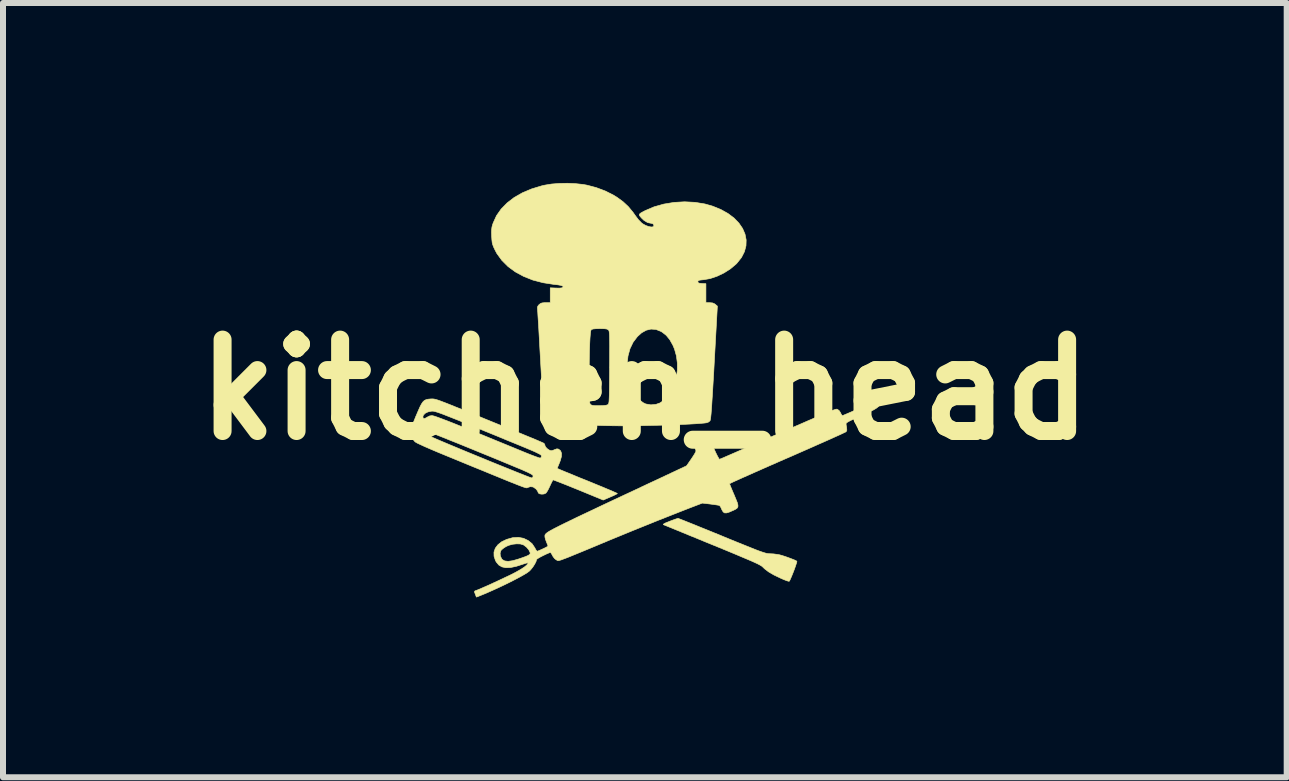
<source format=kicad_pcb>
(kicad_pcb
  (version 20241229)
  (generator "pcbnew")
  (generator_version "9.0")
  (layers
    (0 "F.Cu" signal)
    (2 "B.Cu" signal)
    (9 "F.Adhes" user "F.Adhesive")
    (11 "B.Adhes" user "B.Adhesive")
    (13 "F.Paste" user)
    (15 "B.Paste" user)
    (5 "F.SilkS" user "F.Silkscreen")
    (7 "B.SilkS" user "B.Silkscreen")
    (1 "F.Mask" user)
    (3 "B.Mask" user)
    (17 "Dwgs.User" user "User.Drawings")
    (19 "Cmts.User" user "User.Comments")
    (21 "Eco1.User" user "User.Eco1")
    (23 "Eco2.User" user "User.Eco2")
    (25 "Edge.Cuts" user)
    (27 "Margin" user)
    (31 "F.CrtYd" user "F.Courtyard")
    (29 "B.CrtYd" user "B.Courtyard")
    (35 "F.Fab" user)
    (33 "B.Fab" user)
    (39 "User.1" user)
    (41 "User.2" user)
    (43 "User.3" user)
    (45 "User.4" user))
  (footprint "kitchen_head"
    (layer "F.Cu")
    (at 7.7 3.446)
    (property "Reference" "kitchen_head" (at 0 0 0) (layer "F.SilkS") (effects (font (size 1.524 1.524) (thickness 0.3))))
    (attr through_hole)
    (fp_poly (pts (xy 0.567 2.15) (xy 0.603 2.164) (xy 0.657 2.185) (xy 0.729 2.214) (xy 0.817 2.249) (xy 0.917 2.29) (xy 1.029 2.335) (xy 1.149 2.384) (xy 1.277 2.436) (xy 1.286 2.44) (xy 1.434 2.501) (xy 1.562 2.553) (xy 1.669 2.596) (xy 1.759 2.632) (xy 1.833 2.662) (xy 1.893 2.685) (xy 1.941 2.702) (xy 1.98 2.715) (xy 2.01 2.724) (xy 2.035 2.73) (xy 2.055 2.733) (xy 2.073 2.735) (xy 2.087 2.735) (xy 2.147 2.738) (xy 2.212 2.747) (xy 2.246 2.753) (xy 2.289 2.765) (xy 2.342 2.782) (xy 2.398 2.802) (xy 2.451 2.822) (xy 2.496 2.84) (xy 2.526 2.855) (xy 2.534 2.86) (xy 2.533 2.874) (xy 2.523 2.906) (xy 2.508 2.951) (xy 2.489 3.004) (xy 2.468 3.058) (xy 2.447 3.11) (xy 2.428 3.154) (xy 2.414 3.184) (xy 2.407 3.194) (xy 2.392 3.193) (xy 2.36 3.183) (xy 2.314 3.165) (xy 2.264 3.143) (xy 2.153 3.09) (xy 2.064 3.038) (xy 1.996 2.986) (xy 1.964 2.955) (xy 1.953 2.945) (xy 1.936 2.934) (xy 1.912 2.92) (xy 1.877 2.902) (xy 1.832 2.881) (xy 1.774 2.855) (xy 1.701 2.824) (xy 1.613 2.787) (xy 1.507 2.742) (xy 1.382 2.69) (xy 1.236 2.63) (xy 1.131 2.587) (xy 0.996 2.532) (xy 0.868 2.479) (xy 0.747 2.43) (xy 0.638 2.385) (xy 0.541 2.345) (xy 0.458 2.311) (xy 0.392 2.284) (xy 0.345 2.265) (xy 0.318 2.254) (xy 0.313 2.252) (xy 0.307 2.246) (xy 0.319 2.235) (xy 0.349 2.22) (xy 0.402 2.199) (xy 0.414 2.194) (xy 0.467 2.174) (xy 0.512 2.158) (xy 0.543 2.148) (xy 0.553 2.145) (xy 0.567 2.15)) (stroke (width 0.01) (type solid)) (fill yes) (layer "F.SilkS"))
    (fp_poly (pts (xy -3.535 0.154) (xy -3.515 0.156) (xy -3.492 0.161) (xy -3.464 0.169) (xy -3.427 0.181) (xy -3.38 0.199) (xy -3.32 0.222) (xy -3.246 0.251) (xy -3.155 0.288) (xy -3.045 0.332) (xy -2.914 0.386) (xy -2.9 0.392) (xy -2.771 0.444) (xy -2.638 0.499) (xy -2.505 0.553) (xy -2.377 0.605) (xy -2.257 0.654) (xy -2.149 0.698) (xy -2.058 0.735) (xy -2.003 0.758) (xy -1.92 0.792) (xy -1.844 0.823) (xy -1.779 0.851) (xy -1.728 0.873) (xy -1.695 0.888) (xy -1.682 0.894) (xy -1.668 0.916) (xy -1.666 0.929) (xy -1.656 0.953) (xy -1.631 0.981) (xy -1.599 1.004) (xy -1.569 1.017) (xy -1.563 1.018) (xy -1.534 1.012) (xy -1.5 0.998) (xy -1.466 0.986) (xy -1.439 0.991) (xy -1.437 0.992) (xy -1.404 1.02) (xy -1.389 1.061) (xy -1.391 1.116) (xy -1.411 1.187) (xy -1.424 1.22) (xy -1.462 1.312) (xy -1.396 1.341) (xy -1.369 1.352) (xy -1.321 1.372) (xy -1.256 1.398) (xy -1.177 1.431) (xy -1.088 1.468) (xy -0.99 1.507) (xy -0.894 1.546) (xy -0.795 1.587) (xy -0.704 1.624) (xy -0.624 1.658) (xy -0.556 1.686) (xy -0.505 1.709) (xy -0.471 1.724) (xy -0.458 1.731) (xy -0.458 1.731) (xy -0.469 1.739) (xy -0.498 1.754) (xy -0.541 1.774) (xy -0.576 1.789) (xy -0.694 1.84) (xy -1.107 1.67) (xy -1.204 1.631) (xy -1.292 1.595) (xy -1.371 1.564) (xy -1.437 1.538) (xy -1.487 1.519) (xy -1.519 1.507) (xy -1.53 1.504) (xy -1.539 1.517) (xy -1.555 1.547) (xy -1.575 1.589) (xy -1.583 1.607) (xy -1.606 1.655) (xy -1.628 1.695) (xy -1.646 1.72) (xy -1.649 1.724) (xy -1.681 1.739) (xy -1.718 1.742) (xy -1.752 1.737) (xy -1.775 1.723) (xy -1.781 1.708) (xy -1.789 1.688) (xy -1.81 1.661) (xy -1.818 1.653) (xy -1.862 1.622) (xy -1.909 1.617) (xy -1.951 1.63) (xy -1.956 1.632) (xy -1.96 1.635) (xy -1.964 1.637) (xy -1.97 1.637) (xy -1.98 1.636) (xy -1.994 1.632) (xy -2.015 1.626) (xy -2.043 1.616) (xy -2.08 1.602) (xy -2.127 1.584) (xy -2.186 1.56) (xy -2.258 1.532) (xy -2.344 1.497) (xy -2.446 1.455) (xy -2.566 1.406) (xy -2.704 1.349) (xy -2.862 1.285) (xy -3.042 1.211) (xy -3.141 1.17) (xy -3.307 1.102) (xy -3.45 1.043) (xy -3.57 0.992) (xy -3.667 0.95) (xy -3.741 0.916) (xy -3.794 0.891) (xy -3.825 0.873) (xy -3.832 0.868) (xy -3.868 0.826) (xy -3.896 0.779) (xy -3.914 0.733) (xy -3.914 0.733) (xy -3.644 0.733) (xy -3.638 0.75) (xy -3.625 0.757) (xy -3.59 0.773) (xy -3.537 0.797) (xy -3.466 0.828) (xy -3.381 0.864) (xy -3.284 0.905) (xy -3.176 0.95) (xy -3.061 0.998) (xy -2.94 1.048) (xy -2.816 1.099) (xy -2.691 1.15) (xy -2.568 1.201) (xy -2.447 1.25) (xy -2.333 1.296) (xy -2.226 1.339) (xy -2.13 1.378) (xy -2.046 1.411) (xy -1.978 1.438) (xy -1.926 1.458) (xy -1.893 1.469) (xy -1.882 1.472) (xy -1.867 1.458) (xy -1.863 1.438) (xy -1.865 1.432) (xy -1.869 1.425) (xy -1.879 1.417) (xy -1.895 1.407) (xy -1.919 1.394) (xy -1.953 1.377) (xy -1.998 1.357) (xy -2.056 1.331) (xy -2.129 1.301) (xy -2.218 1.264) (xy -2.324 1.22) (xy -2.449 1.168) (xy -2.595 1.108) (xy -2.728 1.054) (xy -2.869 0.996) (xy -3.004 0.941) (xy -3.129 0.89) (xy -3.245 0.844) (xy -3.348 0.802) (xy -3.437 0.767) (xy -3.51 0.738) (xy -3.566 0.717) (xy -3.601 0.704) (xy -3.614 0.7) (xy -3.636 0.71) (xy -3.644 0.733) (xy -3.914 0.733) (xy -3.917 0.71) (xy -3.912 0.689) (xy -3.898 0.65) (xy -3.878 0.595) (xy -3.852 0.529) (xy -3.822 0.456) (xy -3.821 0.452) (xy -3.701 0.452) (xy -3.694 0.477) (xy -3.673 0.482) (xy -3.64 0.466) (xy -3.628 0.458) (xy -3.588 0.438) (xy -3.548 0.432) (xy -3.534 0.435) (xy -3.51 0.441) (xy -3.474 0.453) (xy -3.427 0.47) (xy -3.366 0.493) (xy -3.29 0.522) (xy -3.2 0.557) (xy -3.093 0.6) (xy -2.969 0.65) (xy -2.827 0.707) (xy -2.665 0.773) (xy -2.483 0.848) (xy -2.28 0.931) (xy -2.054 1.024) (xy -2.035 1.032) (xy -1.956 1.064) (xy -1.885 1.092) (xy -1.824 1.115) (xy -1.778 1.131) (xy -1.749 1.14) (xy -1.743 1.141) (xy -1.728 1.128) (xy -1.723 1.108) (xy -1.725 1.1) (xy -1.73 1.092) (xy -1.742 1.082) (xy -1.761 1.071) (xy -1.791 1.056) (xy -1.832 1.036) (xy -1.887 1.012) (xy -1.958 0.982) (xy -2.047 0.945) (xy -2.156 0.9) (xy -2.277 0.851) (xy -2.472 0.77) (xy -2.646 0.699) (xy -2.799 0.637) (xy -2.933 0.582) (xy -3.048 0.535) (xy -3.148 0.495) (xy -3.232 0.462) (xy -3.303 0.434) (xy -3.361 0.411) (xy -3.408 0.394) (xy -3.447 0.38) (xy -3.477 0.371) (xy -3.5 0.364) (xy -3.519 0.36) (xy -3.534 0.358) (xy -3.546 0.358) (xy -3.557 0.359) (xy -3.561 0.359) (xy -3.616 0.371) (xy -3.661 0.393) (xy -3.691 0.423) (xy -3.701 0.452) (xy -3.821 0.452) (xy -3.818 0.446) (xy -3.78 0.357) (xy -3.75 0.289) (xy -3.724 0.239) (xy -3.699 0.203) (xy -3.675 0.18) (xy -3.648 0.167) (xy -3.615 0.159) (xy -3.575 0.155) (xy -3.571 0.155) (xy -3.552 0.154) (xy -3.535 0.154)) (stroke (width 0.01) (type solid)) (fill yes) (layer "F.SilkS"))
    (fp_poly (pts (xy -1.16 -3.435) (xy -1.037 -3.422) (xy -0.967 -3.41) (xy -0.812 -3.369) (xy -0.662 -3.313) (xy -0.526 -3.245) (xy -0.463 -3.206) (xy -0.363 -3.133) (xy -0.277 -3.053) (xy -0.199 -2.959) (xy -0.156 -2.898) (xy -0.105 -2.831) (xy -0.055 -2.78) (xy -0.032 -2.763) (xy 0.015 -2.737) (xy 0.063 -2.72) (xy 0.106 -2.712) (xy 0.136 -2.715) (xy 0.143 -2.72) (xy 0.151 -2.741) (xy 0.14 -2.762) (xy 0.114 -2.772) (xy 0.108 -2.773) (xy 0.047 -2.785) (xy -0.013 -2.821) (xy -0.056 -2.862) (xy -0.08 -2.89) (xy -0.092 -2.911) (xy -0.089 -2.927) (xy -0.068 -2.945) (xy -0.029 -2.967) (xy 0.006 -2.985) (xy 0.154 -3.048) (xy 0.317 -3.094) (xy 0.488 -3.122) (xy 0.663 -3.132) (xy 0.837 -3.123) (xy 1.005 -3.095) (xy 1.128 -3.06) (xy 1.266 -3.004) (xy 1.386 -2.937) (xy 1.487 -2.861) (xy 1.568 -2.777) (xy 1.629 -2.688) (xy 1.67 -2.593) (xy 1.689 -2.496) (xy 1.686 -2.398) (xy 1.66 -2.3) (xy 1.611 -2.204) (xy 1.538 -2.112) (xy 1.52 -2.093) (xy 1.426 -2.014) (xy 1.319 -1.946) (xy 1.204 -1.891) (xy 1.088 -1.852) (xy 0.979 -1.833) (xy 0.93 -1.828) (xy 0.902 -1.823) (xy 0.888 -1.815) (xy 0.884 -1.802) (xy 0.884 -1.8) (xy 0.888 -1.784) (xy 0.903 -1.776) (xy 0.935 -1.772) (xy 0.951 -1.77) (xy 1.018 -1.767) (xy 1.018 -1.45) (xy 1.08 -1.45) (xy 1.129 -1.446) (xy 1.165 -1.43) (xy 1.176 -1.421) (xy 1.209 -1.393) (xy 1.157 -0.452) (xy 1.147 -0.264) (xy 1.137 -0.101) (xy 1.129 0.039) (xy 1.121 0.159) (xy 1.115 0.258) (xy 1.109 0.34) (xy 1.104 0.404) (xy 1.099 0.452) (xy 1.094 0.487) (xy 1.09 0.508) (xy 1.087 0.518) (xy 1.061 0.54) (xy 1.027 0.552) (xy 0.988 0.557) (xy 0.928 0.562) (xy 0.851 0.568) (xy 0.761 0.573) (xy 0.661 0.578) (xy 0.557 0.583) (xy 0.452 0.587) (xy 0.35 0.591) (xy 0.318 0.591) (xy 0.161 0.595) (xy 0.026 0.598) (xy -0.092 0.601) (xy -0.197 0.602) (xy -0.293 0.603) (xy -0.384 0.603) (xy -0.474 0.602) (xy -0.568 0.601) (xy -0.669 0.599) (xy -0.744 0.597) (xy -0.89 0.593) (xy -1.03 0.589) (xy -1.161 0.583) (xy -1.281 0.577) (xy -1.388 0.571) (xy -1.478 0.564) (xy -1.551 0.558) (xy -1.603 0.551) (xy -1.631 0.545) (xy -1.66 0.524) (xy -1.677 0.485) (xy -1.677 0.485) (xy -1.68 0.465) (xy -1.684 0.421) (xy -1.689 0.357) (xy -1.694 0.273) (xy -1.701 0.174) (xy -1.708 0.06) (xy -1.715 -0.066) (xy -1.72 -0.148) (xy -0.928 -0.148) (xy -0.928 -0.04) (xy -0.928 0.045) (xy -0.927 0.111) (xy -0.925 0.16) (xy -0.922 0.194) (xy -0.919 0.218) (xy -0.914 0.233) (xy -0.908 0.243) (xy -0.907 0.244) (xy -0.893 0.255) (xy -0.872 0.262) (xy -0.838 0.266) (xy -0.786 0.267) (xy -0.764 0.267) (xy -0.694 0.265) (xy -0.647 0.26) (xy -0.619 0.251) (xy -0.616 0.249) (xy -0.61 0.244) (xy -0.606 0.236) (xy -0.602 0.224) (xy -0.598 0.205) (xy -0.596 0.177) (xy -0.594 0.137) (xy -0.592 0.084) (xy -0.591 0.016) (xy -0.59 -0.071) (xy -0.589 -0.178) (xy -0.588 -0.307) (xy -0.588 -0.369) (xy -0.588 -0.375) (xy -0.297 -0.375) (xy -0.293 -0.26) (xy -0.277 -0.16) (xy -0.248 -0.067) (xy -0.214 0.01) (xy -0.179 0.067) (xy -0.132 0.125) (xy -0.081 0.176) (xy -0.03 0.216) (xy 0.014 0.238) (xy 0.1 0.253) (xy 0.185 0.245) (xy 0.251 0.222) (xy 0.33 0.169) (xy 0.398 0.096) (xy 0.454 0.007) (xy 0.497 -0.095) (xy 0.526 -0.207) (xy 0.542 -0.324) (xy 0.542 -0.444) (xy 0.526 -0.564) (xy 0.494 -0.678) (xy 0.467 -0.742) (xy 0.415 -0.834) (xy 0.357 -0.905) (xy 0.29 -0.958) (xy 0.266 -0.972) (xy 0.185 -1.004) (xy 0.103 -1.01) (xy 0.023 -0.991) (xy -0.054 -0.948) (xy -0.124 -0.885) (xy -0.196 -0.79) (xy -0.248 -0.682) (xy -0.281 -0.561) (xy -0.296 -0.423) (xy -0.297 -0.375) (xy -0.588 -0.375) (xy -0.587 -0.509) (xy -0.587 -0.626) (xy -0.586 -0.722) (xy -0.587 -0.799) (xy -0.588 -0.859) (xy -0.589 -0.905) (xy -0.591 -0.939) (xy -0.594 -0.962) (xy -0.597 -0.978) (xy -0.601 -0.988) (xy -0.606 -0.994) (xy -0.62 -1.005) (xy -0.64 -1.012) (xy -0.673 -1.016) (xy -0.723 -1.017) (xy -0.751 -1.018) (xy -0.817 -1.016) (xy -0.861 -1.012) (xy -0.887 -1.004) (xy -0.894 -1) (xy -0.902 -0.979) (xy -0.908 -0.933) (xy -0.914 -0.863) (xy -0.919 -0.769) (xy -0.923 -0.653) (xy -0.926 -0.514) (xy -0.928 -0.353) (xy -0.928 -0.171) (xy -0.928 -0.148) (xy -1.72 -0.148) (xy -1.723 -0.202) (xy -1.731 -0.346) (xy -1.735 -0.413) (xy -1.743 -0.56) (xy -1.751 -0.7) (xy -1.758 -0.832) (xy -1.765 -0.953) (xy -1.771 -1.062) (xy -1.777 -1.154) (xy -1.782 -1.23) (xy -1.785 -1.285) (xy -1.788 -1.318) (xy -1.788 -1.325) (xy -1.791 -1.365) (xy -1.785 -1.391) (xy -1.767 -1.414) (xy -1.763 -1.418) (xy -1.74 -1.436) (xy -1.714 -1.446) (xy -1.676 -1.45) (xy -1.654 -1.45) (xy -1.577 -1.45) (xy -1.577 -1.698) (xy -1.481 -1.694) (xy -1.424 -1.693) (xy -1.385 -1.697) (xy -1.37 -1.703) (xy -1.362 -1.717) (xy -1.371 -1.728) (xy -1.398 -1.738) (xy -1.446 -1.747) (xy -1.517 -1.755) (xy -1.697 -1.783) (xy -1.866 -1.827) (xy -2.02 -1.888) (xy -2.16 -1.964) (xy -2.281 -2.053) (xy -2.384 -2.156) (xy -2.467 -2.27) (xy -2.494 -2.321) (xy -2.519 -2.373) (xy -2.535 -2.414) (xy -2.545 -2.452) (xy -2.55 -2.497) (xy -2.554 -2.558) (xy -2.554 -2.56) (xy -2.556 -2.624) (xy -2.554 -2.671) (xy -2.549 -2.711) (xy -2.538 -2.752) (xy -2.528 -2.78) (xy -2.473 -2.901) (xy -2.395 -3.012) (xy -2.296 -3.113) (xy -2.178 -3.204) (xy -2.041 -3.282) (xy -1.887 -3.347) (xy -1.719 -3.398) (xy -1.666 -3.41) (xy -1.555 -3.428) (xy -1.428 -3.438) (xy -1.293 -3.441) (xy -1.16 -3.435)) (stroke (width 0.01) (type solid)) (fill yes) (layer "F.SilkS"))
    (fp_poly (pts (xy 3.881 0.224) (xy 3.902 0.228) (xy 3.909 0.238) (xy 3.909 0.248) (xy 3.903 0.268) (xy 3.885 0.289) (xy 3.855 0.312) (xy 3.809 0.339) (xy 3.745 0.371) (xy 3.661 0.41) (xy 3.59 0.441) (xy 3.506 0.479) (xy 3.443 0.508) (xy 3.399 0.53) (xy 3.371 0.547) (xy 3.357 0.56) (xy 3.354 0.569) (xy 3.357 0.596) (xy 3.364 0.634) (xy 3.364 0.637) (xy 3.367 0.676) (xy 3.355 0.701) (xy 3.34 0.709) (xy 3.304 0.726) (xy 3.249 0.752) (xy 3.175 0.785) (xy 3.085 0.826) (xy 2.981 0.872) (xy 2.863 0.924) (xy 2.735 0.981) (xy 2.598 1.041) (xy 2.453 1.105) (xy 2.374 1.139) (xy 2.227 1.203) (xy 2.086 1.265) (xy 1.954 1.323) (xy 1.832 1.377) (xy 1.723 1.426) (xy 1.627 1.468) (xy 1.546 1.505) (xy 1.483 1.533) (xy 1.439 1.554) (xy 1.416 1.566) (xy 1.412 1.568) (xy 1.417 1.583) (xy 1.43 1.616) (xy 1.45 1.664) (xy 1.475 1.723) (xy 1.489 1.755) (xy 1.52 1.83) (xy 1.542 1.885) (xy 1.552 1.925) (xy 1.551 1.954) (xy 1.538 1.975) (xy 1.513 1.993) (xy 1.477 2.011) (xy 1.467 2.015) (xy 1.405 2.042) (xy 1.36 2.055) (xy 1.328 2.054) (xy 1.305 2.037) (xy 1.286 2.005) (xy 1.276 1.983) (xy 1.261 1.951) (xy 1.245 1.932) (xy 1.242 1.93) (xy 1.224 1.926) (xy 1.186 1.92) (xy 1.136 1.913) (xy 1.093 1.907) (xy 0.958 1.891) (xy 0.749 1.971) (xy 0.588 2.034) (xy 0.408 2.105) (xy 0.212 2.182) (xy 0.007 2.265) (xy -0.206 2.351) (xy -0.42 2.439) (xy -0.598 2.512) (xy -0.758 2.579) (xy -0.897 2.637) (xy -1.015 2.686) (xy -1.115 2.727) (xy -1.198 2.761) (xy -1.266 2.789) (xy -1.32 2.81) (xy -1.363 2.826) (xy -1.395 2.838) (xy -1.419 2.845) (xy -1.436 2.849) (xy -1.448 2.85) (xy -1.457 2.848) (xy -1.463 2.845) (xy -1.47 2.84) (xy -1.478 2.836) (xy -1.481 2.834) (xy -1.506 2.814) (xy -1.531 2.781) (xy -1.54 2.764) (xy -1.558 2.732) (xy -1.572 2.714) (xy -1.576 2.712) (xy -1.642 2.74) (xy -1.702 2.769) (xy -1.752 2.795) (xy -1.787 2.816) (xy -1.805 2.83) (xy -1.806 2.833) (xy -1.814 2.865) (xy -1.836 2.908) (xy -1.866 2.955) (xy -1.901 2.999) (xy -1.925 3.024) (xy -1.957 3.048) (xy -2.01 3.081) (xy -2.079 3.12) (xy -2.162 3.164) (xy -2.254 3.211) (xy -2.352 3.259) (xy -2.454 3.307) (xy -2.556 3.353) (xy -2.653 3.396) (xy -2.744 3.433) (xy -2.744 3.433) (xy -2.808 3.458) (xy -2.827 3.408) (xy -2.839 3.377) (xy -2.839 3.361) (xy -2.828 3.353) (xy -2.819 3.35) (xy -2.79 3.339) (xy -2.741 3.319) (xy -2.678 3.291) (xy -2.602 3.258) (xy -2.52 3.22) (xy -2.433 3.18) (xy -2.347 3.139) (xy -2.264 3.1) (xy -2.251 3.094) (xy -2.153 3.044) (xy -2.072 2.998) (xy -2.01 2.958) (xy -1.968 2.923) (xy -1.948 2.896) (xy -1.946 2.888) (xy -1.957 2.887) (xy -1.986 2.894) (xy -2.026 2.907) (xy -2.032 2.909) (xy -2.144 2.945) (xy -2.239 2.965) (xy -2.318 2.968) (xy -2.383 2.954) (xy -2.435 2.923) (xy -2.476 2.874) (xy -2.49 2.849) (xy -2.514 2.777) (xy -2.515 2.724) (xy -2.413 2.724) (xy -2.409 2.773) (xy -2.387 2.819) (xy -2.377 2.832) (xy -2.337 2.855) (xy -2.279 2.862) (xy -2.202 2.851) (xy -2.111 2.825) (xy -2.035 2.799) (xy -1.981 2.779) (xy -1.945 2.763) (xy -1.923 2.749) (xy -1.913 2.737) (xy -1.912 2.723) (xy -1.914 2.712) (xy -1.934 2.671) (xy -1.97 2.628) (xy -2.015 2.593) (xy -2.028 2.586) (xy -2.075 2.572) (xy -2.137 2.57) (xy -2.204 2.577) (xy -2.27 2.595) (xy -2.312 2.614) (xy -2.352 2.639) (xy -2.385 2.666) (xy -2.399 2.681) (xy -2.413 2.724) (xy -2.515 2.724) (xy -2.515 2.708) (xy -2.493 2.643) (xy -2.449 2.585) (xy -2.386 2.535) (xy -2.304 2.496) (xy -2.205 2.468) (xy -2.197 2.467) (xy -2.107 2.462) (xy -2.022 2.478) (xy -1.945 2.515) (xy -1.88 2.568) (xy -1.833 2.638) (xy -1.825 2.655) (xy -1.808 2.683) (xy -1.793 2.693) (xy -1.79 2.693) (xy -1.733 2.669) (xy -1.683 2.646) (xy -1.643 2.626) (xy -1.62 2.612) (xy -1.615 2.607) (xy -1.62 2.59) (xy -1.632 2.559) (xy -1.641 2.537) (xy -1.656 2.497) (xy -1.665 2.46) (xy -1.666 2.448) (xy -1.666 2.439) (xy -1.666 2.43) (xy -1.664 2.422) (xy -1.659 2.413) (xy -1.651 2.403) (xy -1.638 2.391) (xy -1.619 2.377) (xy -1.594 2.361) (xy -1.56 2.342) (xy -1.518 2.319) (xy -1.465 2.292) (xy -1.402 2.26) (xy -1.327 2.223) (xy -1.238 2.18) (xy -1.135 2.13) (xy -1.017 2.074) (xy -0.883 2.011) (xy -0.732 1.939) (xy -0.562 1.859) (xy -0.372 1.77) (xy -0.162 1.672) (xy 0.069 1.563) (xy 0.173 1.515) (xy 0.696 1.269) (xy 0.774 1.156) (xy 0.806 1.108) (xy 0.832 1.066) (xy 0.848 1.035) (xy 0.852 1.023) (xy 0.847 0.999) (xy 0.833 0.967) (xy 0.832 0.965) (xy 0.818 0.927) (xy 0.82 0.896) (xy 0.842 0.869) (xy 0.886 0.843) (xy 0.916 0.829) (xy 0.974 0.804) (xy 1.015 0.792) (xy 1.043 0.791) (xy 1.063 0.801) (xy 1.067 0.806) (xy 1.077 0.824) (xy 1.095 0.86) (xy 1.119 0.91) (xy 1.146 0.97) (xy 1.157 0.994) (xy 1.184 1.054) (xy 1.209 1.104) (xy 1.229 1.14) (xy 1.241 1.159) (xy 1.244 1.161) (xy 1.258 1.155) (xy 1.293 1.141) (xy 1.346 1.118) (xy 1.415 1.088) (xy 1.498 1.052) (xy 1.592 1.011) (xy 1.694 0.967) (xy 1.764 0.937) (xy 1.975 0.844) (xy 2.164 0.761) (xy 2.333 0.688) (xy 2.482 0.622) (xy 2.612 0.566) (xy 2.726 0.516) (xy 2.824 0.474) (xy 2.907 0.438) (xy 2.976 0.408) (xy 3.034 0.384) (xy 3.08 0.365) (xy 3.117 0.35) (xy 3.146 0.339) (xy 3.167 0.332) (xy 3.183 0.327) (xy 3.194 0.325) (xy 3.201 0.325) (xy 3.207 0.326) (xy 3.211 0.328) (xy 3.214 0.33) (xy 3.24 0.35) (xy 3.261 0.383) (xy 3.263 0.388) (xy 3.278 0.417) (xy 3.29 0.432) (xy 3.292 0.432) (xy 3.307 0.428) (xy 3.34 0.414) (xy 3.39 0.393) (xy 3.452 0.366) (xy 3.523 0.335) (xy 3.537 0.328) (xy 3.621 0.292) (xy 3.686 0.264) (xy 3.736 0.245) (xy 3.774 0.233) (xy 3.806 0.226) (xy 3.834 0.224) (xy 3.841 0.223) (xy 3.881 0.224)) (stroke (width 0.01) (type solid)) (fill yes) (layer "F.SilkS")))
  (gr_rect
    (start -3 -3)
    (end 18.4 9.908)
    (stroke (width 0.1) (type default))
    (fill no)
    (layer "Edge.Cuts")))
</source>
